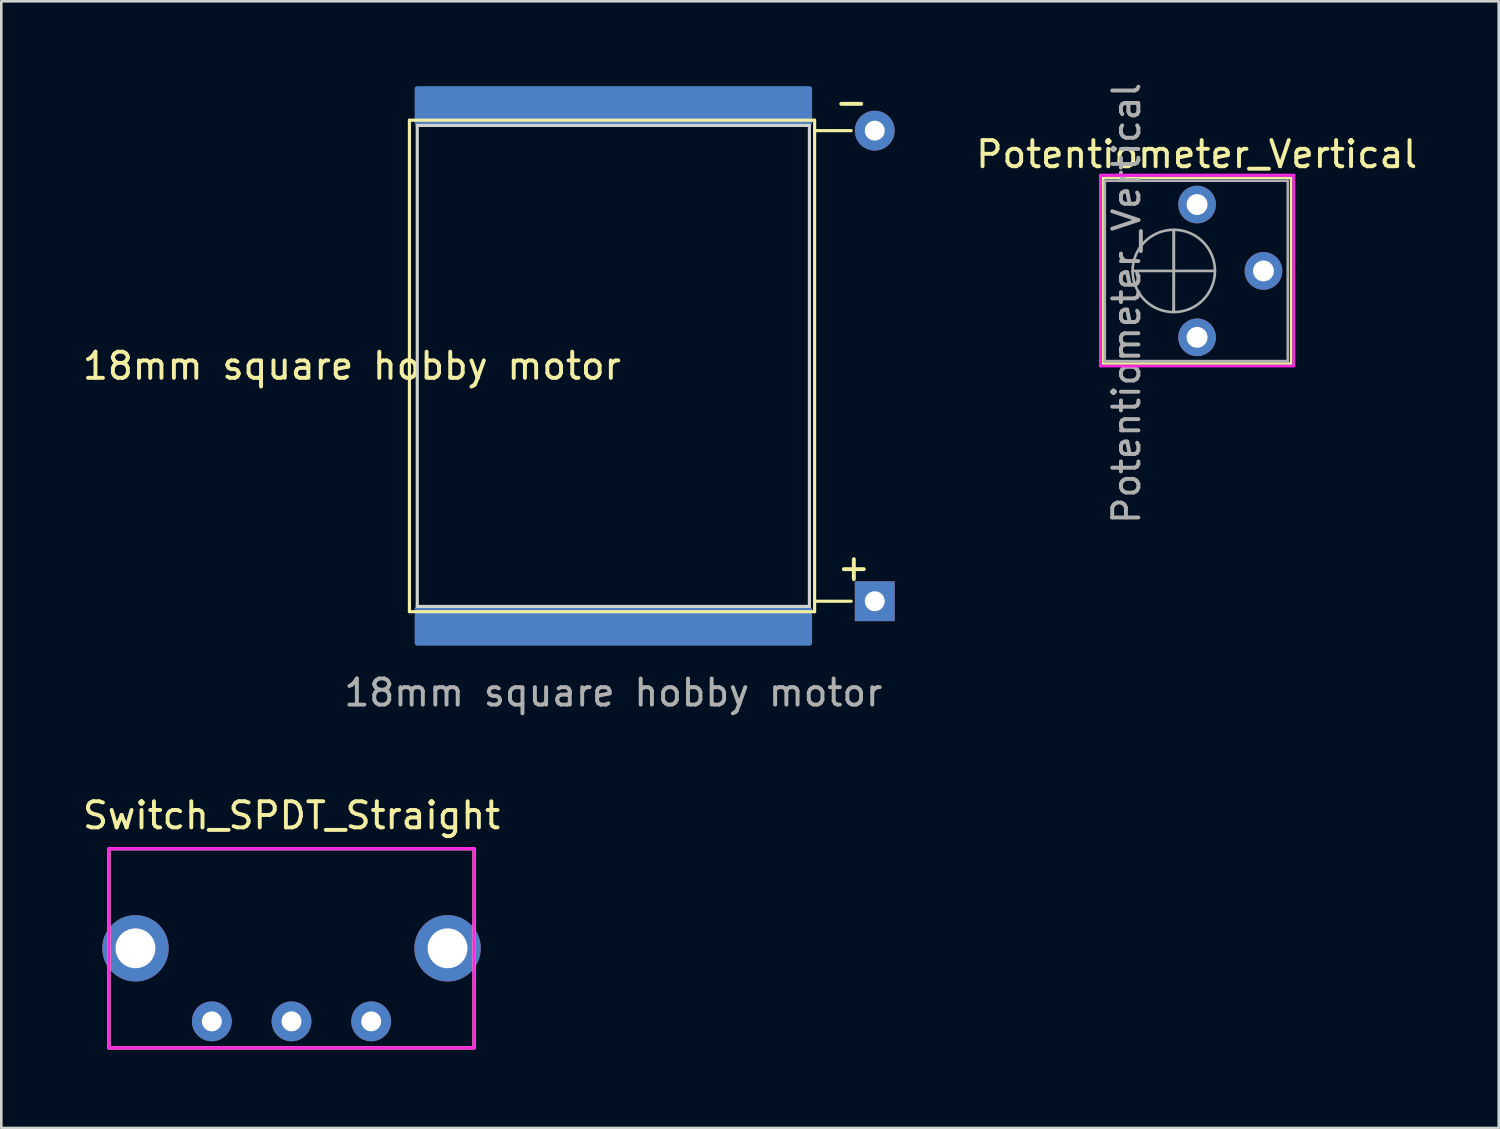
<source format=kicad_pcb>
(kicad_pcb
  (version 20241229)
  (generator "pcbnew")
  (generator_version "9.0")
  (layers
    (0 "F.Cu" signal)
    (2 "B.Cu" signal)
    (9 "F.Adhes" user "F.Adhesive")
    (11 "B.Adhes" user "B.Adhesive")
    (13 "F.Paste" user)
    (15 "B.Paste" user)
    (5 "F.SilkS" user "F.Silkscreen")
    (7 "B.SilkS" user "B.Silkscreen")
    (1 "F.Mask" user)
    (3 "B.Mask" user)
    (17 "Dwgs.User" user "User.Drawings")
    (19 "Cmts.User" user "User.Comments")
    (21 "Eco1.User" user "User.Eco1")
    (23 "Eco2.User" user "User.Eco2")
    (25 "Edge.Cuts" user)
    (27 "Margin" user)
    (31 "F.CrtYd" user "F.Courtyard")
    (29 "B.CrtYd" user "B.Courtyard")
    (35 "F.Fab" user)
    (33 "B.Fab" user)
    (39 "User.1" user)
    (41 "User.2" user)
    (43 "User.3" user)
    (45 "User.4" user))
  (footprint "Switch_SPDT_Straight"
    (layer "F.Cu")
    (at 8.101 33.225)
    (property "Reference" "Switch_SPDT_Straight" (at 0 -5.08 180) (layer "F.SilkS") (effects (font (size 1 1) (thickness 0.15))))
    (attr through_hole)
    (fp_rect (start -6.985 -3.81) (end 6.985 3.81) (stroke (width 0.127) (type solid)) (fill no) (layer "F.SilkS"))
    (fp_rect (start -6.985 -3.81) (end 6.985 3.81) (stroke (width 0.127) (type solid)) (fill no) (layer "F.CrtYd"))
    (pad "" thru_hole circle (at -5.969 0) (size 2.54 2.54) (drill 1.524) (layers "*.Cu" "*.Mask"))
    (pad "" thru_hole circle (at 5.969 0) (size 2.54 2.54) (drill 1.524) (layers "*.Cu" "*.Mask"))
    (pad "1" thru_hole circle (at -3.048 2.794) (size 1.524 1.524) (drill 0.762) (layers "*.Cu" "*.Mask"))
    (pad "2" thru_hole circle (at 0 2.794) (size 1.524 1.524) (drill 0.762) (layers "*.Cu" "*.Mask"))
    (pad "3" thru_hole circle (at 3.048 2.794) (size 1.524 1.524) (drill 0.762) (layers "*.Cu" "*.Mask")))
  (footprint "Potentiometer_Vertical"
    (layer "F.Cu")
    (at 42.741 9.854)
    (property "Reference" "Potentiometer_Vertical" (at -0.015 -7 0) (layer "F.SilkS") (effects (font (size 1 1) (thickness 0.15))))
    (attr through_hole)
    (fp_line (start -3.6 -6.1) (end -3.6 1) (stroke (width 0.1) (type solid)) (layer "F.SilkS"))
    (fp_line (start -3.6 -6.1) (end 3.6 -6.1) (stroke (width 0.1) (type solid)) (layer "F.SilkS"))
    (fp_line (start -3.6 1) (end 3.6 1) (stroke (width 0.1) (type solid)) (layer "F.SilkS"))
    (fp_line (start 3.6 -6.1) (end 3.6 1) (stroke (width 0.1) (type solid)) (layer "F.SilkS"))
    (fp_line (start -3.7 -6.2) (end -3.7 1.1) (stroke (width 0.1) (type solid)) (layer "F.CrtYd"))
    (fp_line (start -3.7 -6.2) (end 3.7 -6.2) (stroke (width 0.12) (type solid)) (layer "F.CrtYd"))
    (fp_line (start -3.7 1.1) (end 3.7 1.1) (stroke (width 0.1) (type solid)) (layer "F.CrtYd"))
    (fp_line (start 3.7 -6.2) (end 3.7 1.1) (stroke (width 0.1) (type solid)) (layer "F.CrtYd"))
    (fp_line (start -3.53 -5.99) (end -3.53 0.91) (stroke (width 0.1) (type solid)) (layer "F.Fab"))
    (fp_line (start -3.53 0.91) (end 3.47 0.91) (stroke (width 0.1) (type solid)) (layer "F.Fab"))
    (fp_line (start -0.891 -0.98) (end -0.89 -4.099) (stroke (width 0.1) (type solid)) (layer "F.Fab"))
    (fp_line (start -0.891 -0.98) (end -0.89 -4.099) (stroke (width 0.1) (type solid)) (layer "F.Fab"))
    (fp_line (start 0.684 -2.54) (end -2.466 -2.54) (stroke (width 0.1) (type solid)) (layer "F.Fab"))
    (fp_line (start 3.47 -5.99) (end -3.53 -5.99) (stroke (width 0.1) (type solid)) (layer "F.Fab"))
    (fp_line (start 3.47 0.91) (end 3.47 -5.99) (stroke (width 0.1) (type solid)) (layer "F.Fab"))
    (fp_circle (center -0.891 -2.54) (end 0.684 -2.54) (stroke (width 0.1) (type solid)) (fill no) (layer "F.Fab"))
    (fp_text user "${REFERENCE}" (at -2.7 -1.3 90) (layer "F.Fab") (effects (font (size 1 1) (thickness 0.15))))
    (pad "1" thru_hole circle (at 0 0) (size 1.44 1.44) (drill 0.8) (layers "*.Cu" "*.Mask"))
    (pad "2" thru_hole circle (at 2.54 -2.54) (size 1.44 1.44) (drill 0.8) (layers "*.Cu" "*.Mask"))
    (pad "3" thru_hole circle (at 0 -5.08) (size 1.44 1.44) (drill 0.8) (layers "*.Cu" "*.Mask")))
  (footprint "18mm square hobby motor"
    (layer "F.Cu")
    (at 20.411 10.948)
    (property "Reference" "18mm square hobby motor" (at -10 0 0) (unlocked yes) (layer "F.SilkS") (effects (font (size 1 1) (thickness 0.15))))
    (attr through_hole)
    (fp_rect (start -7.5 -9.3) (end 7.5 -10.6) (stroke (width 0.2) (type solid)) (fill yes) (layer "B.Cu"))
    (fp_rect (start -7.5 10.6) (end 7.5 9.3) (stroke (width 0.2) (type solid)) (fill yes) (layer "B.Cu"))
    (fp_rect (start -7.5 -9.3) (end 7.5 -10.6) (stroke (width 0.2) (type solid)) (fill yes) (layer "B.Mask"))
    (fp_rect (start -7.5 10.6) (end 7.5 9.3) (stroke (width 0.2) (type solid)) (fill yes) (layer "B.Mask"))
    (fp_line (start -7.8 -9.4) (end 7.7 -9.4) (stroke (width 0.12) (type solid)) (layer "F.SilkS"))
    (fp_line (start -7.8 9.4) (end -7.8 -9.4) (stroke (width 0.12) (type solid)) (layer "F.SilkS"))
    (fp_line (start 7.7 -9.4) (end 7.7 9.4) (stroke (width 0.12) (type solid)) (layer "F.SilkS"))
    (fp_line (start 7.7 -9) (end 9.1 -9) (stroke (width 0.12) (type solid)) (layer "F.SilkS"))
    (fp_line (start 7.7 9) (end 9.1 9) (stroke (width 0.12) (type solid)) (layer "F.SilkS"))
    (fp_line (start 7.7 9.4) (end -7.8 9.4) (stroke (width 0.12) (type solid)) (layer "F.SilkS"))
    (fp_line (start -7.5 -9.2) (end -7.5 9.2) (stroke (width 0.12) (type solid)) (layer "Edge.Cuts"))
    (fp_line (start -7.5 -9.2) (end 7.5 -9.2) (stroke (width 0.12) (type solid)) (layer "Edge.Cuts"))
    (fp_line (start -7.5 9.2) (end 7.5 9.2) (stroke (width 0.12) (type solid)) (layer "Edge.Cuts"))
    (fp_line (start 7.5 -9.2) (end 7.5 9.2) (stroke (width 0.12) (type solid)) (layer "Edge.Cuts"))
    (fp_text user "-" (at 9.1 -10.1 0) (unlocked yes) (layer "F.SilkS") (effects (font (size 1 1) (thickness 0.15))))
    (fp_text user "+" (at 9.2 7.7 0) (unlocked yes) (layer "F.SilkS") (effects (font (size 1 1) (thickness 0.15))))
    (fp_text user "${REFERENCE}" (at 0 12.5 0) (unlocked yes) (layer "F.Fab") (effects (font (size 1 1) (thickness 0.15))))
    (pad "1" thru_hole rect (at 10 9) (size 1.524 1.524) (drill 0.762) (layers "*.Cu" "*.Mask"))
    (pad "2" thru_hole circle (at 10 -9) (size 1.524 1.524) (drill 0.762) (layers "*.Cu" "*.Mask")))
  (gr_rect
    (start -3 -3)
    (end 54.28 40.098)
    (stroke (width 0.1) (type default))
    (fill no)
    (layer "Edge.Cuts")))
</source>
